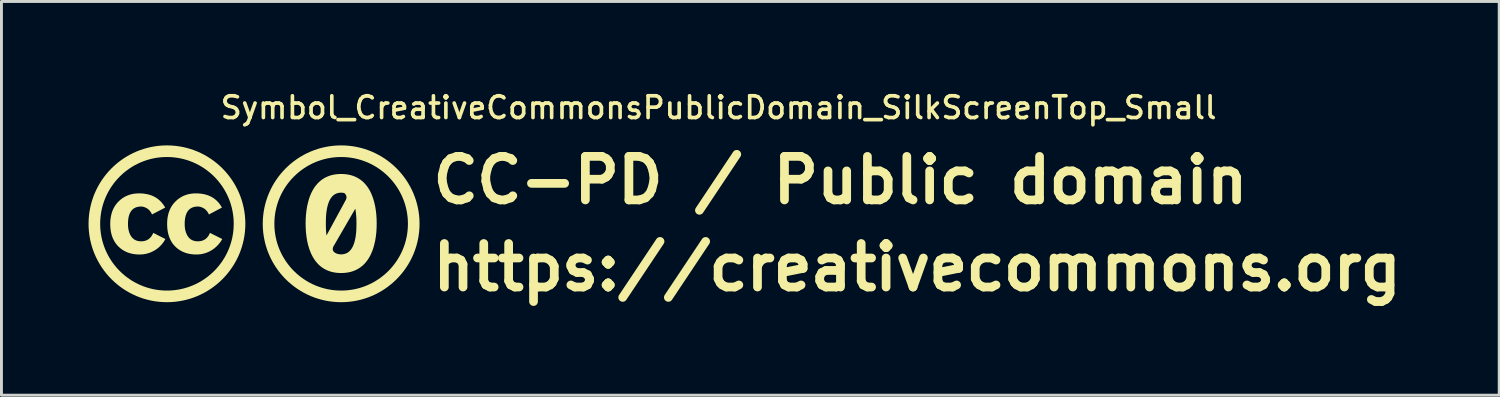
<source format=kicad_pcb>
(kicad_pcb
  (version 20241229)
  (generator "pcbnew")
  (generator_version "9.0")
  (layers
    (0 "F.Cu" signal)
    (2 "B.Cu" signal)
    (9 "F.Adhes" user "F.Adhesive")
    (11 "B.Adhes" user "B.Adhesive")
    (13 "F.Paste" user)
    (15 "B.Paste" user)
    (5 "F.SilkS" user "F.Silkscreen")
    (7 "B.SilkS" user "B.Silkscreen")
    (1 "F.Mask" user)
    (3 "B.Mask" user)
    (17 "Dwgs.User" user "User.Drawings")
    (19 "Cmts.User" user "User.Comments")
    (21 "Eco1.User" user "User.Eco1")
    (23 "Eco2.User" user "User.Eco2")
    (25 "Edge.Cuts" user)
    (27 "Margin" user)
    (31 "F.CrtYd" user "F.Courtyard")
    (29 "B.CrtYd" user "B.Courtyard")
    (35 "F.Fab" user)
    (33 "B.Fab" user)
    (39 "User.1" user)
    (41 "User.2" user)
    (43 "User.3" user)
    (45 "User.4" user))
  (footprint "Symbol_CreativeCommonsPublicDomain_SilkScreenTop_Small"
    (layer "F.Cu")
    (at 21.7 4.658)
    (property "Reference" "Symbol_CreativeCommonsPublicDomain_SilkScreenTop_Small" (at 0 -4 0) (layer "F.SilkS") (effects (font (size 0.75 0.75) (thickness 0.125))))
    (attr exclude_from_pos_files exclude_from_bom allow_missing_courtyard)
    (fp_circle (center -19 0) (end -16.5 0) (stroke (width 0.4) (type default)) (fill no) (layer "F.SilkS"))
    (fp_circle (center -13 0) (end -10.5 0) (stroke (width 0.4) (type default)) (fill no) (layer "F.SilkS"))
    (fp_poly (pts (xy -19.884 -1.046) (xy -19.809 -1.04) (xy -19.738 -1.03) (xy -19.669 -1.017) (xy -19.603 -1) (xy -19.539 -0.979) (xy -19.479 -0.954) (xy -19.421 -0.925) (xy -19.366 -0.893) (xy -19.314 -0.856) (xy -19.265 -0.816) (xy -19.218 -0.772) (xy -19.175 -0.724) (xy -19.134 -0.673) (xy -19.095 -0.617) (xy -19.06 -0.558) (xy -19.514 -0.322) (xy -19.523 -0.341) (xy -19.532 -0.358) (xy -19.542 -0.375) (xy -19.552 -0.392) (xy -19.562 -0.408) (xy -19.573 -0.423) (xy -19.583 -0.437) (xy -19.594 -0.45) (xy -19.606 -0.463) (xy -19.617 -0.476) (xy -19.629 -0.487) (xy -19.641 -0.498) (xy -19.653 -0.508) (xy -19.666 -0.517) (xy -19.679 -0.526) (xy -19.692 -0.534) (xy -19.705 -0.541) (xy -19.718 -0.548) (xy -19.731 -0.554) (xy -19.744 -0.56) (xy -19.757 -0.566) (xy -19.769 -0.57) (xy -19.782 -0.575) (xy -19.794 -0.579) (xy -19.806 -0.583) (xy -19.818 -0.586) (xy -19.83 -0.588) (xy -19.842 -0.59) (xy -19.854 -0.592) (xy -19.866 -0.593) (xy -19.877 -0.594) (xy -19.889 -0.594) (xy -19.916 -0.594) (xy -19.943 -0.592) (xy -19.97 -0.589) (xy -19.995 -0.585) (xy -20.019 -0.58) (xy -20.043 -0.573) (xy -20.065 -0.565) (xy -20.087 -0.557) (xy -20.108 -0.547) (xy -20.128 -0.536) (xy -20.147 -0.523) (xy -20.165 -0.51) (xy -20.182 -0.495) (xy -20.199 -0.48) (xy -20.214 -0.463) (xy -20.229 -0.444) (xy -20.242 -0.425) (xy -20.255 -0.405) (xy -20.267 -0.383) (xy -20.278 -0.36) (xy -20.289 -0.336) (xy -20.298 -0.311) (xy -20.306 -0.285) (xy -20.314 -0.257) (xy -20.32 -0.229) (xy -20.326 -0.199) (xy -20.331 -0.168) (xy -20.335 -0.136) (xy -20.338 -0.102) (xy -20.34 -0.068) (xy -20.342 -0.032) (xy -20.342 0.005) (xy -20.342 0.038) (xy -20.34 0.071) (xy -20.338 0.103) (xy -20.335 0.134) (xy -20.331 0.164) (xy -20.326 0.193) (xy -20.32 0.222) (xy -20.313 0.249) (xy -20.306 0.276) (xy -20.297 0.302) (xy -20.288 0.327) (xy -20.278 0.351) (xy -20.266 0.375) (xy -20.254 0.397) (xy -20.241 0.419) (xy -20.227 0.44) (xy -20.213 0.46) (xy -20.197 0.478) (xy -20.18 0.495) (xy -20.163 0.511) (xy -20.154 0.519) (xy -20.145 0.526) (xy -20.135 0.533) (xy -20.126 0.539) (xy -20.116 0.546) (xy -20.106 0.552) (xy -20.096 0.557) (xy -20.085 0.562) (xy -20.064 0.572) (xy -20.041 0.58) (xy -20.018 0.587) (xy -19.994 0.593) (xy -19.969 0.598) (xy -19.943 0.601) (xy -19.916 0.603) (xy -19.889 0.603) (xy -19.852 0.602) (xy -19.817 0.599) (xy -19.784 0.593) (xy -19.751 0.585) (xy -19.72 0.575) (xy -19.691 0.562) (xy -19.663 0.548) (xy -19.636 0.531) (xy -19.611 0.511) (xy -19.587 0.49) (xy -19.564 0.466) (xy -19.543 0.44) (xy -19.523 0.412) (xy -19.504 0.381) (xy -19.487 0.348) (xy -19.471 0.313) (xy -19.054 0.525) (xy -19.071 0.555) (xy -19.089 0.585) (xy -19.107 0.614) (xy -19.127 0.642) (xy -19.147 0.669) (xy -19.168 0.696) (xy -19.19 0.721) (xy -19.213 0.746) (xy -19.236 0.77) (xy -19.26 0.793) (xy -19.285 0.816) (xy -19.311 0.837) (xy -19.338 0.858) (xy -19.366 0.878) (xy -19.394 0.897) (xy -19.423 0.915) (xy -19.453 0.932) (xy -19.483 0.948) (xy -19.513 0.963) (xy -19.544 0.977) (xy -19.575 0.99) (xy -19.606 1.001) (xy -19.638 1.012) (xy -19.671 1.021) (xy -19.703 1.03) (xy -19.737 1.037) (xy -19.77 1.043) (xy -19.804 1.048) (xy -19.838 1.052) (xy -19.873 1.055) (xy -19.908 1.056) (xy -19.943 1.057) (xy -19.999 1.056) (xy -20.054 1.053) (xy -20.107 1.047) (xy -20.159 1.04) (xy -20.209 1.03) (xy -20.258 1.018) (xy -20.306 1.004) (xy -20.353 0.987) (xy -20.398 0.969) (xy -20.441 0.948) (xy -20.484 0.925) (xy -20.525 0.9) (xy -20.564 0.873) (xy -20.603 0.844) (xy -20.639 0.812) (xy -20.675 0.779) (xy -20.708 0.743) (xy -20.74 0.706) (xy -20.769 0.667) (xy -20.796 0.626) (xy -20.821 0.584) (xy -20.844 0.539) (xy -20.865 0.494) (xy -20.883 0.446) (xy -20.9 0.397) (xy -20.914 0.346) (xy -20.926 0.293) (xy -20.936 0.239) (xy -20.943 0.183) (xy -20.949 0.125) (xy -20.952 0.066) (xy -20.953 0.005) (xy -20.952 -0.055) (xy -20.949 -0.113) (xy -20.943 -0.17) (xy -20.935 -0.225) (xy -20.925 -0.278) (xy -20.913 -0.33) (xy -20.899 -0.38) (xy -20.883 -0.429) (xy -20.864 -0.476) (xy -20.843 -0.522) (xy -20.82 -0.566) (xy -20.795 -0.609) (xy -20.767 -0.65) (xy -20.738 -0.689) (xy -20.706 -0.727) (xy -20.672 -0.763) (xy -20.636 -0.798) (xy -20.599 -0.83) (xy -20.561 -0.86) (xy -20.522 -0.888) (xy -20.482 -0.913) (xy -20.44 -0.937) (xy -20.397 -0.958) (xy -20.353 -0.977) (xy -20.308 -0.993) (xy -20.262 -1.008) (xy -20.215 -1.02) (xy -20.167 -1.03) (xy -20.117 -1.038) (xy -20.066 -1.043) (xy -20.014 -1.047) (xy -19.961 -1.048)) (stroke (width 0) (type solid)) (fill yes) (layer "F.SilkS"))
    (fp_poly (pts (xy -17.924 -1.046) (xy -17.85 -1.04) (xy -17.779 -1.03) (xy -17.71 -1.017) (xy -17.644 -1) (xy -17.581 -0.979) (xy -17.521 -0.954) (xy -17.463 -0.925) (xy -17.409 -0.893) (xy -17.357 -0.856) (xy -17.308 -0.816) (xy -17.262 -0.772) (xy -17.219 -0.724) (xy -17.179 -0.673) (xy -17.141 -0.617) (xy -17.107 -0.558) (xy -17.107 -0.558) (xy -17.554 -0.322) (xy -17.563 -0.341) (xy -17.573 -0.358) (xy -17.582 -0.375) (xy -17.592 -0.392) (xy -17.603 -0.408) (xy -17.613 -0.423) (xy -17.624 -0.437) (xy -17.635 -0.45) (xy -17.646 -0.463) (xy -17.658 -0.476) (xy -17.67 -0.487) (xy -17.682 -0.498) (xy -17.694 -0.508) (xy -17.707 -0.517) (xy -17.719 -0.526) (xy -17.733 -0.534) (xy -17.746 -0.541) (xy -17.759 -0.548) (xy -17.772 -0.554) (xy -17.785 -0.56) (xy -17.798 -0.566) (xy -17.811 -0.57) (xy -17.824 -0.575) (xy -17.836 -0.579) (xy -17.849 -0.583) (xy -17.861 -0.586) (xy -17.874 -0.588) (xy -17.886 -0.59) (xy -17.899 -0.592) (xy -17.911 -0.593) (xy -17.923 -0.594) (xy -17.935 -0.594) (xy -17.963 -0.594) (xy -17.99 -0.592) (xy -18.016 -0.589) (xy -18.041 -0.585) (xy -18.066 -0.58) (xy -18.089 -0.573) (xy -18.112 -0.565) (xy -18.134 -0.557) (xy -18.154 -0.547) (xy -18.174 -0.536) (xy -18.193 -0.523) (xy -18.212 -0.51) (xy -18.229 -0.495) (xy -18.245 -0.48) (xy -18.261 -0.463) (xy -18.275 -0.444) (xy -18.289 -0.425) (xy -18.302 -0.405) (xy -18.314 -0.383) (xy -18.325 -0.36) (xy -18.335 -0.336) (xy -18.344 -0.311) (xy -18.353 -0.285) (xy -18.36 -0.257) (xy -18.367 -0.229) (xy -18.373 -0.199) (xy -18.378 -0.168) (xy -18.382 -0.136) (xy -18.385 -0.102) (xy -18.387 -0.068) (xy -18.388 -0.032) (xy -18.389 0.005) (xy -18.388 0.038) (xy -18.387 0.071) (xy -18.385 0.103) (xy -18.382 0.134) (xy -18.378 0.164) (xy -18.373 0.193) (xy -18.367 0.222) (xy -18.36 0.249) (xy -18.352 0.276) (xy -18.344 0.302) (xy -18.334 0.327) (xy -18.324 0.351) (xy -18.313 0.375) (xy -18.301 0.397) (xy -18.288 0.419) (xy -18.274 0.44) (xy -18.259 0.46) (xy -18.243 0.478) (xy -18.227 0.495) (xy -18.218 0.504) (xy -18.21 0.511) (xy -18.201 0.519) (xy -18.191 0.526) (xy -18.182 0.533) (xy -18.172 0.539) (xy -18.163 0.546) (xy -18.153 0.552) (xy -18.142 0.557) (xy -18.132 0.562) (xy -18.11 0.572) (xy -18.088 0.58) (xy -18.064 0.587) (xy -18.04 0.593) (xy -18.015 0.598) (xy -17.989 0.601) (xy -17.963 0.603) (xy -17.935 0.603) (xy -17.899 0.602) (xy -17.864 0.599) (xy -17.83 0.593) (xy -17.798 0.585) (xy -17.767 0.575) (xy -17.738 0.562) (xy -17.709 0.548) (xy -17.683 0.531) (xy -17.657 0.511) (xy -17.633 0.49) (xy -17.611 0.466) (xy -17.589 0.44) (xy -17.569 0.412) (xy -17.551 0.381) (xy -17.534 0.348) (xy -17.518 0.313) (xy -17.095 0.525) (xy -17.112 0.555) (xy -17.131 0.585) (xy -17.15 0.614) (xy -17.17 0.642) (xy -17.191 0.669) (xy -17.213 0.696) (xy -17.235 0.721) (xy -17.258 0.746) (xy -17.282 0.77) (xy -17.306 0.793) (xy -17.332 0.816) (xy -17.358 0.837) (xy -17.384 0.858) (xy -17.412 0.878) (xy -17.44 0.897) (xy -17.469 0.915) (xy -17.499 0.932) (xy -17.529 0.948) (xy -17.559 0.963) (xy -17.59 0.977) (xy -17.621 0.99) (xy -17.652 1.001) (xy -17.684 1.012) (xy -17.716 1.021) (xy -17.748 1.03) (xy -17.781 1.037) (xy -17.814 1.043) (xy -17.847 1.048) (xy -17.881 1.052) (xy -17.915 1.055) (xy -17.949 1.056) (xy -17.983 1.057) (xy -18.04 1.056) (xy -18.095 1.053) (xy -18.149 1.047) (xy -18.202 1.04) (xy -18.253 1.03) (xy -18.302 1.018) (xy -18.35 1.004) (xy -18.397 0.987) (xy -18.442 0.969) (xy -18.486 0.948) (xy -18.528 0.925) (xy -18.569 0.9) (xy -18.608 0.873) (xy -18.646 0.844) (xy -18.683 0.812) (xy -18.718 0.779) (xy -18.751 0.743) (xy -18.783 0.706) (xy -18.812 0.667) (xy -18.839 0.626) (xy -18.863 0.584) (xy -18.886 0.539) (xy -18.906 0.494) (xy -18.925 0.446) (xy -18.941 0.397) (xy -18.955 0.346) (xy -18.967 0.293) (xy -18.976 0.239) (xy -18.984 0.183) (xy -18.989 0.125) (xy -18.992 0.066) (xy -18.993 0.005) (xy -18.992 -0.055) (xy -18.989 -0.113) (xy -18.984 -0.17) (xy -18.976 -0.225) (xy -18.966 -0.278) (xy -18.954 -0.33) (xy -18.94 -0.38) (xy -18.923 -0.429) (xy -18.904 -0.476) (xy -18.884 -0.522) (xy -18.861 -0.566) (xy -18.835 -0.609) (xy -18.808 -0.65) (xy -18.778 -0.689) (xy -18.746 -0.727) (xy -18.712 -0.763) (xy -18.676 -0.798) (xy -18.64 -0.83) (xy -18.602 -0.86) (xy -18.562 -0.888) (xy -18.522 -0.913) (xy -18.48 -0.937) (xy -18.438 -0.958) (xy -18.394 -0.977) (xy -18.349 -0.993) (xy -18.303 -1.008) (xy -18.256 -1.02) (xy -18.207 -1.03) (xy -18.157 -1.038) (xy -18.107 -1.043) (xy -18.055 -1.047) (xy -18.002 -1.048)) (stroke (width 0) (type solid)) (fill yes) (layer "F.SilkS"))
    (fp_poly (pts (xy -12.91 -1.713) (xy -12.825 -1.705) (xy -12.744 -1.692) (xy -12.667 -1.675) (xy -12.593 -1.652) (xy -12.524 -1.625) (xy -12.458 -1.594) (xy -12.396 -1.559) (xy -12.338 -1.52) (xy -12.283 -1.478) (xy -12.231 -1.432) (xy -12.183 -1.382) (xy -12.138 -1.33) (xy -12.096 -1.275) (xy -12.057 -1.217) (xy -12.021 -1.156) (xy -11.988 -1.094) (xy -11.958 -1.029) (xy -11.905 -0.894) (xy -11.863 -0.752) (xy -11.829 -0.607) (xy -11.805 -0.458) (xy -11.788 -0.308) (xy -11.779 -0.158) (xy -11.776 -0.01) (xy -11.779 0.138) (xy -11.788 0.288) (xy -11.805 0.438) (xy -11.829 0.587) (xy -11.863 0.732) (xy -11.883 0.804) (xy -11.905 0.874) (xy -11.93 0.942) (xy -11.958 1.009) (xy -11.988 1.074) (xy -12.021 1.136) (xy -12.057 1.197) (xy -12.096 1.255) (xy -12.138 1.31) (xy -12.183 1.362) (xy -12.231 1.412) (xy -12.283 1.458) (xy -12.338 1.5) (xy -12.396 1.539) (xy -12.458 1.574) (xy -12.524 1.605) (xy -12.593 1.632) (xy -12.667 1.655) (xy -12.744 1.672) (xy -12.825 1.685) (xy -12.91 1.693) (xy -13 1.696) (xy -13.09 1.693) (xy -13.175 1.685) (xy -13.256 1.672) (xy -13.334 1.655) (xy -13.407 1.632) (xy -13.476 1.605) (xy -13.542 1.574) (xy -13.604 1.539) (xy -13.663 1.5) (xy -13.718 1.458) (xy -13.769 1.412) (xy -13.817 1.362) (xy -13.862 1.31) (xy -13.904 1.255) (xy -13.943 1.197) (xy -13.979 1.136) (xy -14.012 1.074) (xy -14.042 1.009) (xy -14.095 0.874) (xy -14.095 0.872) (xy -13.29 0.872) (xy -13.289 0.882) (xy -13.288 0.892) (xy -13.286 0.902) (xy -13.284 0.911) (xy -13.28 0.92) (xy -13.276 0.928) (xy -13.272 0.937) (xy -13.267 0.945) (xy -13.261 0.952) (xy -13.255 0.96) (xy -13.249 0.967) (xy -13.241 0.974) (xy -13.234 0.98) (xy -13.226 0.987) (xy -13.217 0.993) (xy -13.209 0.998) (xy -13.199 1.004) (xy -13.18 1.014) (xy -13.16 1.024) (xy -13.156 1.025) (xy -13.152 1.026) (xy -13.148 1.028) (xy -13.144 1.029) (xy -13.136 1.032) (xy -13.129 1.034) (xy -13.124 1.035) (xy -13.119 1.037) (xy -13.115 1.039) (xy -13.11 1.04) (xy -13.097 1.043) (xy -13.084 1.046) (xy -13.071 1.048) (xy -13.057 1.049) (xy -13.043 1.051) (xy -13.029 1.052) (xy -13.015 1.052) (xy -13 1.053) (xy -12.954 1.051) (xy -12.911 1.044) (xy -12.871 1.035) (xy -12.833 1.021) (xy -12.797 1.004) (xy -12.764 0.984) (xy -12.734 0.961) (xy -12.705 0.935) (xy -12.679 0.907) (xy -12.655 0.876) (xy -12.632 0.842) (xy -12.612 0.807) (xy -12.593 0.77) (xy -12.577 0.732) (xy -12.548 0.651) (xy -12.525 0.565) (xy -12.507 0.478) (xy -12.494 0.389) (xy -12.484 0.301) (xy -12.478 0.216) (xy -12.475 0.135) (xy -12.473 -0.01) (xy -12.474 -0.121) (xy -12.476 -0.182) (xy -12.48 -0.247) (xy -12.485 -0.314) (xy -12.492 -0.382) (xy -12.501 -0.451) (xy -12.512 -0.521) (xy -13.241 0.737) (xy -13.25 0.751) (xy -13.258 0.765) (xy -13.265 0.778) (xy -13.271 0.791) (xy -13.276 0.804) (xy -13.28 0.816) (xy -13.284 0.828) (xy -13.287 0.84) (xy -13.288 0.851) (xy -13.289 0.862) (xy -13.29 0.872) (xy -14.095 0.872) (xy -14.138 0.732) (xy -14.171 0.587) (xy -14.195 0.438) (xy -14.212 0.288) (xy -14.221 0.138) (xy -14.224 -0.01) (xy -14.224 -0.01) (xy -13.527 -0.01) (xy -13.526 0.08) (xy -13.525 0.129) (xy -13.523 0.18) (xy -13.52 0.233) (xy -13.516 0.288) (xy -13.511 0.344) (xy -13.504 0.401) (xy -12.853 -0.797) (xy -12.847 -0.807) (xy -12.841 -0.818) (xy -12.836 -0.829) (xy -12.832 -0.839) (xy -12.828 -0.849) (xy -12.825 -0.859) (xy -12.822 -0.869) (xy -12.82 -0.878) (xy -12.818 -0.888) (xy -12.817 -0.897) (xy -12.816 -0.906) (xy -12.816 -0.915) (xy -12.816 -0.923) (xy -12.817 -0.932) (xy -12.818 -0.94) (xy -12.82 -0.948) (xy -12.821 -0.956) (xy -12.824 -0.964) (xy -12.826 -0.972) (xy -12.829 -0.979) (xy -12.833 -0.987) (xy -12.836 -0.994) (xy -12.841 -1.001) (xy -12.845 -1.008) (xy -12.85 -1.015) (xy -12.855 -1.021) (xy -12.86 -1.028) (xy -12.865 -1.034) (xy -12.877 -1.046) (xy -12.89 -1.058) (xy -12.903 -1.061) (xy -12.916 -1.064) (xy -12.929 -1.066) (xy -12.943 -1.068) (xy -12.957 -1.07) (xy -12.971 -1.071) (xy -12.985 -1.072) (xy -13 -1.073) (xy -13.046 -1.07) (xy -13.089 -1.064) (xy -13.129 -1.055) (xy -13.167 -1.041) (xy -13.203 -1.024) (xy -13.236 -1.004) (xy -13.266 -0.981) (xy -13.295 -0.955) (xy -13.321 -0.926) (xy -13.345 -0.896) (xy -13.368 -0.862) (xy -13.388 -0.827) (xy -13.407 -0.79) (xy -13.423 -0.752) (xy -13.452 -0.671) (xy -13.475 -0.585) (xy -13.493 -0.498) (xy -13.506 -0.409) (xy -13.516 -0.322) (xy -13.522 -0.236) (xy -13.525 -0.155) (xy -13.527 -0.01) (xy -14.224 -0.01) (xy -14.221 -0.158) (xy -14.212 -0.308) (xy -14.195 -0.458) (xy -14.171 -0.607) (xy -14.137 -0.752) (xy -14.117 -0.824) (xy -14.095 -0.894) (xy -14.07 -0.962) (xy -14.042 -1.029) (xy -14.012 -1.094) (xy -13.979 -1.156) (xy -13.943 -1.217) (xy -13.904 -1.275) (xy -13.862 -1.33) (xy -13.817 -1.382) (xy -13.769 -1.432) (xy -13.718 -1.478) (xy -13.663 -1.52) (xy -13.604 -1.559) (xy -13.542 -1.594) (xy -13.476 -1.625) (xy -13.407 -1.652) (xy -13.334 -1.675) (xy -13.256 -1.692) (xy -13.175 -1.705) (xy -13.09 -1.713) (xy -13 -1.716)) (stroke (width 0) (type solid)) (fill yes) (layer "F.SilkS"))
    (fp_text user "CC-PD / Public domain" (at -10 -1.5 0) (unlocked yes) (layer "F.SilkS") (effects (font (size 1.5 1.5) (thickness 0.3)) (justify left)))
    (fp_text user "https://creativecommons.org" (at -10 1.5 0) (unlocked yes) (layer "F.SilkS") (effects (font (size 1.5 1.5) (thickness 0.3)) (justify left))))
  (gr_rect
    (start -3 -3)
    (end 48.586 10.562)
    (stroke (width 0.1) (type default))
    (fill no)
    (layer "Edge.Cuts")))
</source>
